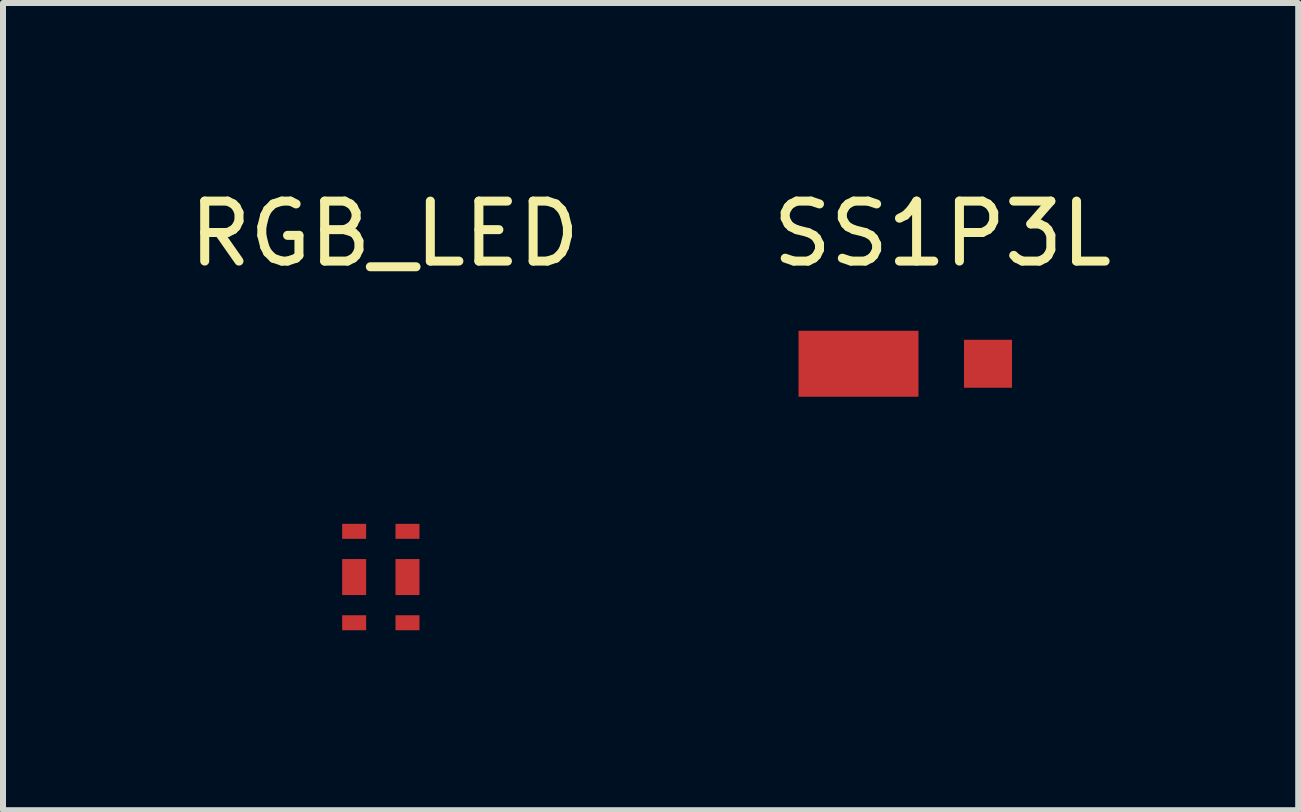
<source format=kicad_pcb>
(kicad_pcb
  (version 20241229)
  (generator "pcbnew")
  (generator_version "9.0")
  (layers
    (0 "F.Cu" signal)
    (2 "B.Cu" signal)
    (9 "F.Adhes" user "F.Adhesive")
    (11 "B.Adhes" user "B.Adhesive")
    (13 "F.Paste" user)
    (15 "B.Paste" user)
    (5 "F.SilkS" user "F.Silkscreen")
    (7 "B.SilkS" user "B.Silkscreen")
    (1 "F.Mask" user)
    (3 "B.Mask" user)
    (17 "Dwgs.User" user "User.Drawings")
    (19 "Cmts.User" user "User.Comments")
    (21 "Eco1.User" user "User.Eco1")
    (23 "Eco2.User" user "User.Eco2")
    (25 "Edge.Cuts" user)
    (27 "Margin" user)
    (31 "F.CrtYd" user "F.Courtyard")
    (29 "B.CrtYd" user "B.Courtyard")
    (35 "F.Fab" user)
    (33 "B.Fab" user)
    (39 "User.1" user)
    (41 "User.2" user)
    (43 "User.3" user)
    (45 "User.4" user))
  (footprint "SS1P3L"
    (layer "F.Cu")
    (at 12.661 3.015)
    (property "Reference" "SS1P3L" (at 0 -2.167 0) (layer "F.SilkS") (effects (font (size 1 1) (thickness 0.15))))
    (attr through_hole)
    (pad "1" smd rect (at 0.762 0) (size 0.8 0.8) (layers "F.Cu" "F.Mask" "F.Paste"))
    (pad "2" smd rect (at -1.397 0) (size 2 1.1) (layers "F.Cu" "F.Mask" "F.Paste")))
  (footprint "RGB_LED"
    (layer "F.Cu")
    (at 3.236 6.571)
    (property "Reference" "RGB_LED" (at 0.127 -5.723 0) (layer "F.SilkS") (effects (font (size 1 1) (thickness 0.15))))
    (attr through_hole)
    (pad "1" smd rect (at 0.508 0.762) (size 0.4 0.25) (layers "F.Cu" "F.Mask" "F.Paste"))
    (pad "2" smd rect (at -0.381 0.762) (size 0.4 0.25) (layers "F.Cu" "F.Mask" "F.Paste"))
    (pad "3" smd rect (at 0.508 0) (size 0.4 0.6) (layers "F.Cu" "F.Mask" "F.Paste"))
    (pad "4" smd rect (at -0.381 0) (size 0.4 0.6) (layers "F.Cu" "F.Mask" "F.Paste"))
    (pad "5" smd rect (at 0.508 -0.762) (size 0.4 0.25) (layers "F.Cu" "F.Mask" "F.Paste"))
    (pad "6" smd rect (at -0.381 -0.762) (size 0.4 0.25) (layers "F.Cu" "F.Mask" "F.Paste")))
  (gr_rect
    (start -3 -3)
    (end 18.595 10.458)
    (stroke (width 0.1) (type default))
    (fill no)
    (layer "Edge.Cuts")))
</source>
